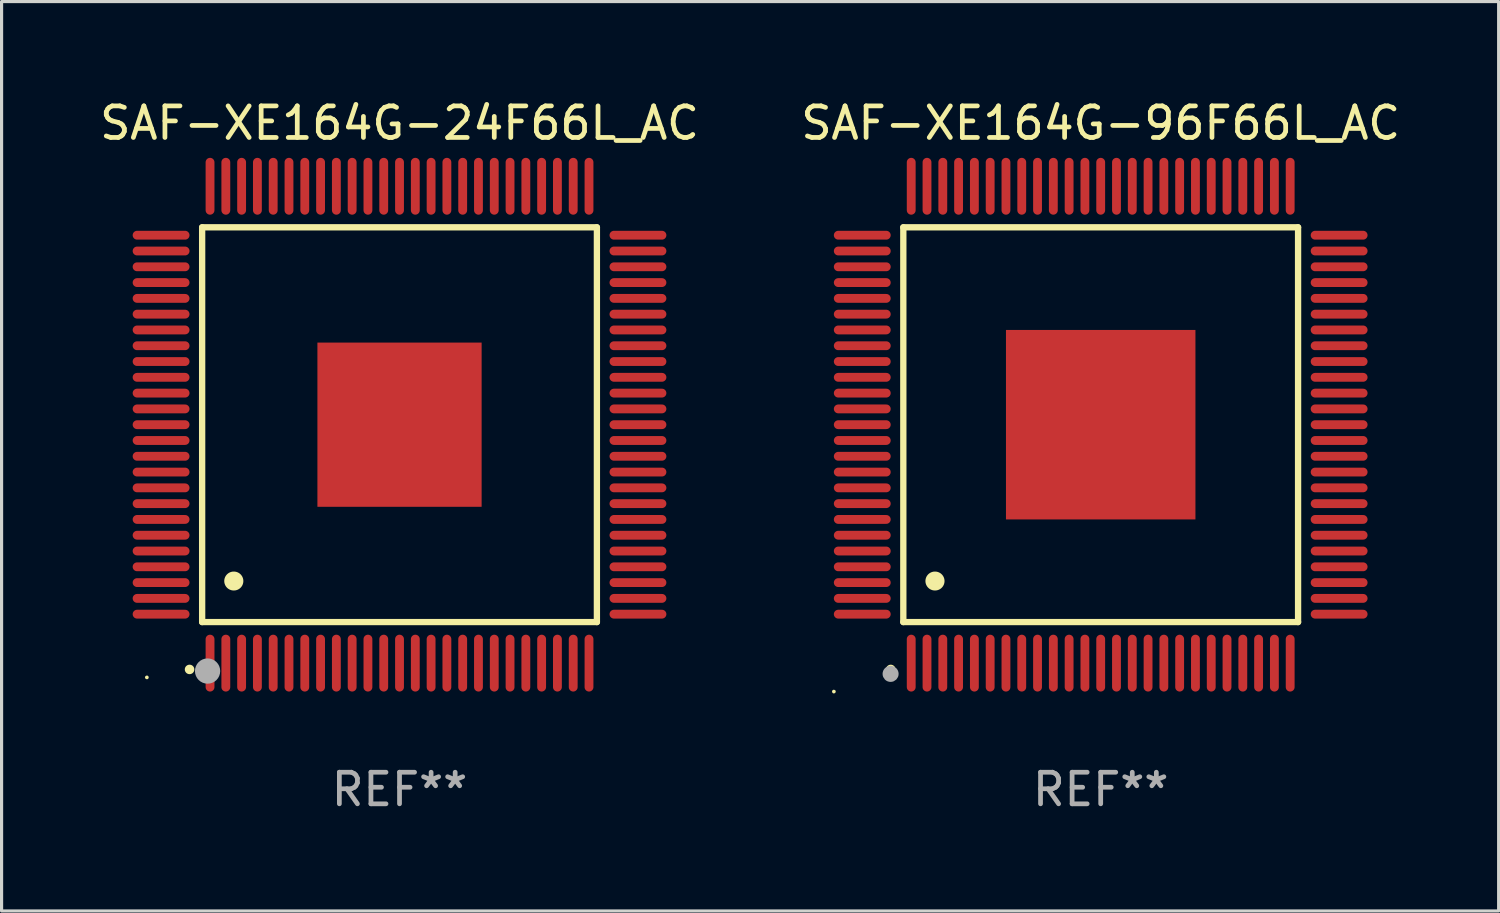
<source format=kicad_pcb>
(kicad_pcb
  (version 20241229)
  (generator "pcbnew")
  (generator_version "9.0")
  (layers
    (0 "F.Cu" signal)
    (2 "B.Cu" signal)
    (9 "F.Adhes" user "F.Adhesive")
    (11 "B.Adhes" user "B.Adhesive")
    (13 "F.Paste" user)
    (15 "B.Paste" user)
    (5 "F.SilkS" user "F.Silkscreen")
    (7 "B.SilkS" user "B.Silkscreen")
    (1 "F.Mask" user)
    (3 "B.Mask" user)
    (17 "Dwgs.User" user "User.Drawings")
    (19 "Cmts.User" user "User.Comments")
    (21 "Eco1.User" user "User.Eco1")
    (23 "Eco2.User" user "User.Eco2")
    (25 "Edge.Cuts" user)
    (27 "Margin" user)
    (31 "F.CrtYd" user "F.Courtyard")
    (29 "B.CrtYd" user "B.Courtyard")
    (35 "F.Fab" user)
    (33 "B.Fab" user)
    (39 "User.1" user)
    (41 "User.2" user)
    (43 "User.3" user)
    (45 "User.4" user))
  (footprint "SAF-XE164G-96F66L_AC"
    (layer "F.Cu")
    (at 31.804 10.398)
    (property "Reference" "SAF-XE164G-96F66L_AC" (at 0 -9.55 0) (layer "F.SilkS") (effects (font (size 1 1) (thickness 0.15))))
    (attr through_hole)
    (fp_line (start -6.25 -6.25) (end -6.25 6.25) (stroke (width 0.2) (type solid)) (layer "F.SilkS"))
    (fp_line (start -6.25 6.25) (end 6.25 6.25) (stroke (width 0.2) (type solid)) (layer "F.SilkS"))
    (fp_line (start 6.25 -6.25) (end -6.25 -6.25) (stroke (width 0.2) (type solid)) (layer "F.SilkS"))
    (fp_line (start 6.25 6.25) (end 6.25 -6.25) (stroke (width 0.2) (type solid)) (layer "F.SilkS"))
    (fp_arc (start -6.649733 7.749555) (mid -6.648463 7.74955) (end -6.647193 7.749555) (stroke (width 0.3) (type solid)) (layer "F.SilkS"))
    (fp_arc (start -5.250191 4.95047) (mid -5.247651 4.950459) (end -5.245111 4.95047) (stroke (width 0.6) (type solid)) (layer "F.SilkS"))
    (fp_circle (center -8.45 8.45) (end -8.42 8.45) (stroke (width 0.06) (type solid)) (fill no) (layer "F.SilkS"))
    (fp_circle (center -6.653 7.891) (end -6.526 7.891) (stroke (width 0.254) (type solid)) (fill no) (layer "F.Fab"))
    (fp_text user "REF**" (at 0 11.55 0) (layer "F.Fab") (effects (font (size 1 1) (thickness 0.15))))
    (pad "1" smd oval (at -6 7.55 180) (size 0.28 1.8) (layers "F.Cu" "F.Mask" "F.Paste"))
    (pad "2" smd oval (at -5.5 7.55 180) (size 0.28 1.8) (layers "F.Cu" "F.Mask" "F.Paste"))
    (pad "3" smd oval (at -5 7.55 180) (size 0.28 1.8) (layers "F.Cu" "F.Mask" "F.Paste"))
    (pad "4" smd oval (at -4.5 7.55 180) (size 0.28 1.8) (layers "F.Cu" "F.Mask" "F.Paste"))
    (pad "5" smd oval (at -4 7.55 180) (size 0.28 1.8) (layers "F.Cu" "F.Mask" "F.Paste"))
    (pad "6" smd oval (at -3.5 7.55 180) (size 0.28 1.8) (layers "F.Cu" "F.Mask" "F.Paste"))
    (pad "7" smd oval (at -3 7.55 180) (size 0.28 1.8) (layers "F.Cu" "F.Mask" "F.Paste"))
    (pad "8" smd oval (at -2.5 7.55 180) (size 0.28 1.8) (layers "F.Cu" "F.Mask" "F.Paste"))
    (pad "9" smd oval (at -2 7.55 180) (size 0.28 1.8) (layers "F.Cu" "F.Mask" "F.Paste"))
    (pad "10" smd oval (at -1.5 7.55 180) (size 0.28 1.8) (layers "F.Cu" "F.Mask" "F.Paste"))
    (pad "11" smd oval (at -1 7.55 180) (size 0.28 1.8) (layers "F.Cu" "F.Mask" "F.Paste"))
    (pad "12" smd oval (at -0.5 7.55 180) (size 0.28 1.8) (layers "F.Cu" "F.Mask" "F.Paste"))
    (pad "13" smd oval (at 0 7.55 180) (size 0.28 1.8) (layers "F.Cu" "F.Mask" "F.Paste"))
    (pad "14" smd oval (at 0.5 7.55 180) (size 0.28 1.8) (layers "F.Cu" "F.Mask" "F.Paste"))
    (pad "15" smd oval (at 1 7.55 180) (size 0.28 1.8) (layers "F.Cu" "F.Mask" "F.Paste"))
    (pad "16" smd oval (at 1.5 7.55 180) (size 0.28 1.8) (layers "F.Cu" "F.Mask" "F.Paste"))
    (pad "17" smd oval (at 2 7.55 180) (size 0.28 1.8) (layers "F.Cu" "F.Mask" "F.Paste"))
    (pad "18" smd oval (at 2.5 7.55 180) (size 0.28 1.8) (layers "F.Cu" "F.Mask" "F.Paste"))
    (pad "19" smd oval (at 3 7.55 180) (size 0.28 1.8) (layers "F.Cu" "F.Mask" "F.Paste"))
    (pad "20" smd oval (at 3.5 7.55 180) (size 0.28 1.8) (layers "F.Cu" "F.Mask" "F.Paste"))
    (pad "21" smd oval (at 4 7.55 180) (size 0.28 1.8) (layers "F.Cu" "F.Mask" "F.Paste"))
    (pad "22" smd oval (at 4.5 7.55 180) (size 0.28 1.8) (layers "F.Cu" "F.Mask" "F.Paste"))
    (pad "23" smd oval (at 5 7.55 180) (size 0.28 1.8) (layers "F.Cu" "F.Mask" "F.Paste"))
    (pad "24" smd oval (at 5.5 7.55 180) (size 0.28 1.8) (layers "F.Cu" "F.Mask" "F.Paste"))
    (pad "25" smd oval (at 6 7.55 180) (size 0.28 1.8) (layers "F.Cu" "F.Mask" "F.Paste"))
    (pad "26" smd oval (at 7.55 6 90) (size 0.28 1.8) (layers "F.Cu" "F.Mask" "F.Paste"))
    (pad "27" smd oval (at 7.55 5.5 90) (size 0.28 1.8) (layers "F.Cu" "F.Mask" "F.Paste"))
    (pad "28" smd oval (at 7.55 5 90) (size 0.28 1.8) (layers "F.Cu" "F.Mask" "F.Paste"))
    (pad "29" smd oval (at 7.55 4.5 90) (size 0.28 1.8) (layers "F.Cu" "F.Mask" "F.Paste"))
    (pad "30" smd oval (at 7.55 4 90) (size 0.28 1.8) (layers "F.Cu" "F.Mask" "F.Paste"))
    (pad "31" smd oval (at 7.55 3.5 90) (size 0.28 1.8) (layers "F.Cu" "F.Mask" "F.Paste"))
    (pad "32" smd oval (at 7.55 3 90) (size 0.28 1.8) (layers "F.Cu" "F.Mask" "F.Paste"))
    (pad "33" smd oval (at 7.55 2.5 90) (size 0.28 1.8) (layers "F.Cu" "F.Mask" "F.Paste"))
    (pad "34" smd oval (at 7.55 2 90) (size 0.28 1.8) (layers "F.Cu" "F.Mask" "F.Paste"))
    (pad "35" smd oval (at 7.55 1.5 90) (size 0.28 1.8) (layers "F.Cu" "F.Mask" "F.Paste"))
    (pad "36" smd oval (at 7.55 1 90) (size 0.28 1.8) (layers "F.Cu" "F.Mask" "F.Paste"))
    (pad "37" smd oval (at 7.55 0.5 90) (size 0.28 1.8) (layers "F.Cu" "F.Mask" "F.Paste"))
    (pad "38" smd oval (at 7.55 0 90) (size 0.28 1.8) (layers "F.Cu" "F.Mask" "F.Paste"))
    (pad "39" smd oval (at 7.55 -0.5 90) (size 0.28 1.8) (layers "F.Cu" "F.Mask" "F.Paste"))
    (pad "40" smd oval (at 7.55 -1 90) (size 0.28 1.8) (layers "F.Cu" "F.Mask" "F.Paste"))
    (pad "41" smd oval (at 7.55 -1.5 90) (size 0.28 1.8) (layers "F.Cu" "F.Mask" "F.Paste"))
    (pad "42" smd oval (at 7.55 -2 90) (size 0.28 1.8) (layers "F.Cu" "F.Mask" "F.Paste"))
    (pad "43" smd oval (at 7.55 -2.5 90) (size 0.28 1.8) (layers "F.Cu" "F.Mask" "F.Paste"))
    (pad "44" smd oval (at 7.55 -3 90) (size 0.28 1.8) (layers "F.Cu" "F.Mask" "F.Paste"))
    (pad "45" smd oval (at 7.55 -3.5 90) (size 0.28 1.8) (layers "F.Cu" "F.Mask" "F.Paste"))
    (pad "46" smd oval (at 7.55 -4 90) (size 0.28 1.8) (layers "F.Cu" "F.Mask" "F.Paste"))
    (pad "47" smd oval (at 7.55 -4.5 90) (size 0.28 1.8) (layers "F.Cu" "F.Mask" "F.Paste"))
    (pad "48" smd oval (at 7.55 -5 90) (size 0.28 1.8) (layers "F.Cu" "F.Mask" "F.Paste"))
    (pad "49" smd oval (at 7.55 -5.5 90) (size 0.28 1.8) (layers "F.Cu" "F.Mask" "F.Paste"))
    (pad "50" smd oval (at 7.55 -6 90) (size 0.28 1.8) (layers "F.Cu" "F.Mask" "F.Paste"))
    (pad "51" smd oval (at 6 -7.55 180) (size 0.28 1.8) (layers "F.Cu" "F.Mask" "F.Paste"))
    (pad "52" smd oval (at 5.5 -7.55 180) (size 0.28 1.8) (layers "F.Cu" "F.Mask" "F.Paste"))
    (pad "53" smd oval (at 5 -7.55 180) (size 0.28 1.8) (layers "F.Cu" "F.Mask" "F.Paste"))
    (pad "54" smd oval (at 4.5 -7.55 180) (size 0.28 1.8) (layers "F.Cu" "F.Mask" "F.Paste"))
    (pad "55" smd oval (at 4 -7.55 180) (size 0.28 1.8) (layers "F.Cu" "F.Mask" "F.Paste"))
    (pad "56" smd oval (at 3.5 -7.55 180) (size 0.28 1.8) (layers "F.Cu" "F.Mask" "F.Paste"))
    (pad "57" smd oval (at 3 -7.55 180) (size 0.28 1.8) (layers "F.Cu" "F.Mask" "F.Paste"))
    (pad "58" smd oval (at 2.5 -7.55 180) (size 0.28 1.8) (layers "F.Cu" "F.Mask" "F.Paste"))
    (pad "59" smd oval (at 2 -7.55 180) (size 0.28 1.8) (layers "F.Cu" "F.Mask" "F.Paste"))
    (pad "60" smd oval (at 1.5 -7.55 180) (size 0.28 1.8) (layers "F.Cu" "F.Mask" "F.Paste"))
    (pad "61" smd oval (at 1 -7.55 180) (size 0.28 1.8) (layers "F.Cu" "F.Mask" "F.Paste"))
    (pad "62" smd oval (at 0.5 -7.55 180) (size 0.28 1.8) (layers "F.Cu" "F.Mask" "F.Paste"))
    (pad "63" smd oval (at 0 -7.55 180) (size 0.28 1.8) (layers "F.Cu" "F.Mask" "F.Paste"))
    (pad "64" smd oval (at -0.5 -7.55 180) (size 0.28 1.8) (layers "F.Cu" "F.Mask" "F.Paste"))
    (pad "65" smd oval (at -1 -7.55 180) (size 0.28 1.8) (layers "F.Cu" "F.Mask" "F.Paste"))
    (pad "66" smd oval (at -1.5 -7.55 180) (size 0.28 1.8) (layers "F.Cu" "F.Mask" "F.Paste"))
    (pad "67" smd oval (at -2 -7.55 180) (size 0.28 1.8) (layers "F.Cu" "F.Mask" "F.Paste"))
    (pad "68" smd oval (at -2.5 -7.55 180) (size 0.28 1.8) (layers "F.Cu" "F.Mask" "F.Paste"))
    (pad "69" smd oval (at -3 -7.55 180) (size 0.28 1.8) (layers "F.Cu" "F.Mask" "F.Paste"))
    (pad "70" smd oval (at -3.5 -7.55 180) (size 0.28 1.8) (layers "F.Cu" "F.Mask" "F.Paste"))
    (pad "71" smd oval (at -4 -7.55 180) (size 0.28 1.8) (layers "F.Cu" "F.Mask" "F.Paste"))
    (pad "72" smd oval (at -4.5 -7.55 180) (size 0.28 1.8) (layers "F.Cu" "F.Mask" "F.Paste"))
    (pad "73" smd oval (at -5 -7.55 180) (size 0.28 1.8) (layers "F.Cu" "F.Mask" "F.Paste"))
    (pad "74" smd oval (at -5.5 -7.55 180) (size 0.28 1.8) (layers "F.Cu" "F.Mask" "F.Paste"))
    (pad "75" smd oval (at -6 -7.55 180) (size 0.28 1.8) (layers "F.Cu" "F.Mask" "F.Paste"))
    (pad "76" smd oval (at -7.55 -6 90) (size 0.28 1.8) (layers "F.Cu" "F.Mask" "F.Paste"))
    (pad "77" smd oval (at -7.55 -5.5 90) (size 0.28 1.8) (layers "F.Cu" "F.Mask" "F.Paste"))
    (pad "78" smd oval (at -7.55 -5 90) (size 0.28 1.8) (layers "F.Cu" "F.Mask" "F.Paste"))
    (pad "79" smd oval (at -7.55 -4.5 90) (size 0.28 1.8) (layers "F.Cu" "F.Mask" "F.Paste"))
    (pad "80" smd oval (at -7.55 -4 90) (size 0.28 1.8) (layers "F.Cu" "F.Mask" "F.Paste"))
    (pad "81" smd oval (at -7.55 -3.5 90) (size 0.28 1.8) (layers "F.Cu" "F.Mask" "F.Paste"))
    (pad "82" smd oval (at -7.55 -3 90) (size 0.28 1.8) (layers "F.Cu" "F.Mask" "F.Paste"))
    (pad "83" smd oval (at -7.55 -2.5 90) (size 0.28 1.8) (layers "F.Cu" "F.Mask" "F.Paste"))
    (pad "84" smd oval (at -7.55 -2 90) (size 0.28 1.8) (layers "F.Cu" "F.Mask" "F.Paste"))
    (pad "85" smd oval (at -7.55 -1.5 90) (size 0.28 1.8) (layers "F.Cu" "F.Mask" "F.Paste"))
    (pad "86" smd oval (at -7.55 -1 90) (size 0.28 1.8) (layers "F.Cu" "F.Mask" "F.Paste"))
    (pad "87" smd oval (at -7.55 -0.5 90) (size 0.28 1.8) (layers "F.Cu" "F.Mask" "F.Paste"))
    (pad "88" smd oval (at -7.55 0 90) (size 0.28 1.8) (layers "F.Cu" "F.Mask" "F.Paste"))
    (pad "89" smd oval (at -7.55 0.5 90) (size 0.28 1.8) (layers "F.Cu" "F.Mask" "F.Paste"))
    (pad "90" smd oval (at -7.55 1 90) (size 0.28 1.8) (layers "F.Cu" "F.Mask" "F.Paste"))
    (pad "91" smd oval (at -7.55 1.5 90) (size 0.28 1.8) (layers "F.Cu" "F.Mask" "F.Paste"))
    (pad "92" smd oval (at -7.55 2 90) (size 0.28 1.8) (layers "F.Cu" "F.Mask" "F.Paste"))
    (pad "93" smd oval (at -7.55 2.5 90) (size 0.28 1.8) (layers "F.Cu" "F.Mask" "F.Paste"))
    (pad "94" smd oval (at -7.55 3 90) (size 0.28 1.8) (layers "F.Cu" "F.Mask" "F.Paste"))
    (pad "95" smd oval (at -7.55 3.5 90) (size 0.28 1.8) (layers "F.Cu" "F.Mask" "F.Paste"))
    (pad "96" smd oval (at -7.55 4 90) (size 0.28 1.8) (layers "F.Cu" "F.Mask" "F.Paste"))
    (pad "97" smd oval (at -7.55 4.5 90) (size 0.28 1.8) (layers "F.Cu" "F.Mask" "F.Paste"))
    (pad "98" smd oval (at -7.55 5 90) (size 0.28 1.8) (layers "F.Cu" "F.Mask" "F.Paste"))
    (pad "99" smd oval (at -7.55 5.5 90) (size 0.28 1.8) (layers "F.Cu" "F.Mask" "F.Paste"))
    (pad "100" smd oval (at -7.55 6 90) (size 0.28 1.8) (layers "F.Cu" "F.Mask" "F.Paste"))
    (pad "101" smd rect (at 0 0) (size 6 6) (layers "F.Cu" "F.Mask" "F.Paste")))
  (footprint "SAF-XE164G-24F66L_AC"
    (layer "F.Cu")
    (at 9.601 10.398)
    (property "Reference" "SAF-XE164G-24F66L_AC" (at 0 -9.55 0) (layer "F.SilkS") (effects (font (size 1 1) (thickness 0.15))))
    (attr through_hole)
    (fp_line (start -6.25 -6.25) (end -6.25 6.25) (stroke (width 0.2) (type solid)) (layer "F.SilkS"))
    (fp_line (start -6.25 6.25) (end 6.25 6.25) (stroke (width 0.2) (type solid)) (layer "F.SilkS"))
    (fp_line (start 6.25 -6.25) (end -6.25 -6.25) (stroke (width 0.2) (type solid)) (layer "F.SilkS"))
    (fp_line (start 6.25 6.25) (end 6.25 -6.25) (stroke (width 0.2) (type solid)) (layer "F.SilkS"))
    (fp_arc (start -6.649733 7.749555) (mid -6.648463 7.74955) (end -6.647193 7.749555) (stroke (width 0.3) (type solid)) (layer "F.SilkS"))
    (fp_arc (start -5.250191 4.95047) (mid -5.247651 4.950459) (end -5.245111 4.95047) (stroke (width 0.6) (type solid)) (layer "F.SilkS"))
    (fp_circle (center -8.002 8.002) (end -7.972 8.002) (stroke (width 0.06) (type solid)) (fill no) (layer "F.SilkS"))
    (fp_circle (center -6.078 7.801) (end -5.878 7.801) (stroke (width 0.4) (type solid)) (fill no) (layer "F.Fab"))
    (fp_text user "REF**" (at 0 11.55 0) (layer "F.Fab") (effects (font (size 1 1) (thickness 0.15))))
    (pad "1" smd oval (at -6 7.55 180) (size 0.28 1.8) (layers "F.Cu" "F.Mask" "F.Paste"))
    (pad "2" smd oval (at -5.5 7.55 180) (size 0.28 1.8) (layers "F.Cu" "F.Mask" "F.Paste"))
    (pad "3" smd oval (at -5 7.55 180) (size 0.28 1.8) (layers "F.Cu" "F.Mask" "F.Paste"))
    (pad "4" smd oval (at -4.5 7.55 180) (size 0.28 1.8) (layers "F.Cu" "F.Mask" "F.Paste"))
    (pad "5" smd oval (at -4 7.55 180) (size 0.28 1.8) (layers "F.Cu" "F.Mask" "F.Paste"))
    (pad "6" smd oval (at -3.5 7.55 180) (size 0.28 1.8) (layers "F.Cu" "F.Mask" "F.Paste"))
    (pad "7" smd oval (at -3 7.55 180) (size 0.28 1.8) (layers "F.Cu" "F.Mask" "F.Paste"))
    (pad "8" smd oval (at -2.5 7.55 180) (size 0.28 1.8) (layers "F.Cu" "F.Mask" "F.Paste"))
    (pad "9" smd oval (at -2 7.55 180) (size 0.28 1.8) (layers "F.Cu" "F.Mask" "F.Paste"))
    (pad "10" smd oval (at -1.5 7.55 180) (size 0.28 1.8) (layers "F.Cu" "F.Mask" "F.Paste"))
    (pad "11" smd oval (at -1 7.55 180) (size 0.28 1.8) (layers "F.Cu" "F.Mask" "F.Paste"))
    (pad "12" smd oval (at -0.5 7.55 180) (size 0.28 1.8) (layers "F.Cu" "F.Mask" "F.Paste"))
    (pad "13" smd oval (at 0 7.55 180) (size 0.28 1.8) (layers "F.Cu" "F.Mask" "F.Paste"))
    (pad "14" smd oval (at 0.5 7.55 180) (size 0.28 1.8) (layers "F.Cu" "F.Mask" "F.Paste"))
    (pad "15" smd oval (at 1 7.55 180) (size 0.28 1.8) (layers "F.Cu" "F.Mask" "F.Paste"))
    (pad "16" smd oval (at 1.5 7.55 180) (size 0.28 1.8) (layers "F.Cu" "F.Mask" "F.Paste"))
    (pad "17" smd oval (at 2 7.55 180) (size 0.28 1.8) (layers "F.Cu" "F.Mask" "F.Paste"))
    (pad "18" smd oval (at 2.5 7.55 180) (size 0.28 1.8) (layers "F.Cu" "F.Mask" "F.Paste"))
    (pad "19" smd oval (at 3 7.55 180) (size 0.28 1.8) (layers "F.Cu" "F.Mask" "F.Paste"))
    (pad "20" smd oval (at 3.5 7.55 180) (size 0.28 1.8) (layers "F.Cu" "F.Mask" "F.Paste"))
    (pad "21" smd oval (at 4 7.55 180) (size 0.28 1.8) (layers "F.Cu" "F.Mask" "F.Paste"))
    (pad "22" smd oval (at 4.5 7.55 180) (size 0.28 1.8) (layers "F.Cu" "F.Mask" "F.Paste"))
    (pad "23" smd oval (at 5 7.55 180) (size 0.28 1.8) (layers "F.Cu" "F.Mask" "F.Paste"))
    (pad "24" smd oval (at 5.5 7.55 180) (size 0.28 1.8) (layers "F.Cu" "F.Mask" "F.Paste"))
    (pad "25" smd oval (at 6 7.55 180) (size 0.28 1.8) (layers "F.Cu" "F.Mask" "F.Paste"))
    (pad "26" smd oval (at 7.55 6 90) (size 0.28 1.8) (layers "F.Cu" "F.Mask" "F.Paste"))
    (pad "27" smd oval (at 7.55 5.5 90) (size 0.28 1.8) (layers "F.Cu" "F.Mask" "F.Paste"))
    (pad "28" smd oval (at 7.55 5 90) (size 0.28 1.8) (layers "F.Cu" "F.Mask" "F.Paste"))
    (pad "29" smd oval (at 7.55 4.5 90) (size 0.28 1.8) (layers "F.Cu" "F.Mask" "F.Paste"))
    (pad "30" smd oval (at 7.55 4 90) (size 0.28 1.8) (layers "F.Cu" "F.Mask" "F.Paste"))
    (pad "31" smd oval (at 7.55 3.5 90) (size 0.28 1.8) (layers "F.Cu" "F.Mask" "F.Paste"))
    (pad "32" smd oval (at 7.55 3 90) (size 0.28 1.8) (layers "F.Cu" "F.Mask" "F.Paste"))
    (pad "33" smd oval (at 7.55 2.5 90) (size 0.28 1.8) (layers "F.Cu" "F.Mask" "F.Paste"))
    (pad "34" smd oval (at 7.55 2 90) (size 0.28 1.8) (layers "F.Cu" "F.Mask" "F.Paste"))
    (pad "35" smd oval (at 7.55 1.5 90) (size 0.28 1.8) (layers "F.Cu" "F.Mask" "F.Paste"))
    (pad "36" smd oval (at 7.55 1 90) (size 0.28 1.8) (layers "F.Cu" "F.Mask" "F.Paste"))
    (pad "37" smd oval (at 7.55 0.5 90) (size 0.28 1.8) (layers "F.Cu" "F.Mask" "F.Paste"))
    (pad "38" smd oval (at 7.55 0 90) (size 0.28 1.8) (layers "F.Cu" "F.Mask" "F.Paste"))
    (pad "39" smd oval (at 7.55 -0.5 90) (size 0.28 1.8) (layers "F.Cu" "F.Mask" "F.Paste"))
    (pad "40" smd oval (at 7.55 -1 90) (size 0.28 1.8) (layers "F.Cu" "F.Mask" "F.Paste"))
    (pad "41" smd oval (at 7.55 -1.5 90) (size 0.28 1.8) (layers "F.Cu" "F.Mask" "F.Paste"))
    (pad "42" smd oval (at 7.55 -2 90) (size 0.28 1.8) (layers "F.Cu" "F.Mask" "F.Paste"))
    (pad "43" smd oval (at 7.55 -2.5 90) (size 0.28 1.8) (layers "F.Cu" "F.Mask" "F.Paste"))
    (pad "44" smd oval (at 7.55 -3 90) (size 0.28 1.8) (layers "F.Cu" "F.Mask" "F.Paste"))
    (pad "45" smd oval (at 7.55 -3.5 90) (size 0.28 1.8) (layers "F.Cu" "F.Mask" "F.Paste"))
    (pad "46" smd oval (at 7.55 -4 90) (size 0.28 1.8) (layers "F.Cu" "F.Mask" "F.Paste"))
    (pad "47" smd oval (at 7.55 -4.5 90) (size 0.28 1.8) (layers "F.Cu" "F.Mask" "F.Paste"))
    (pad "48" smd oval (at 7.55 -5 90) (size 0.28 1.8) (layers "F.Cu" "F.Mask" "F.Paste"))
    (pad "49" smd oval (at 7.55 -5.5 90) (size 0.28 1.8) (layers "F.Cu" "F.Mask" "F.Paste"))
    (pad "50" smd oval (at 7.55 -6 90) (size 0.28 1.8) (layers "F.Cu" "F.Mask" "F.Paste"))
    (pad "51" smd oval (at 6 -7.55 180) (size 0.28 1.8) (layers "F.Cu" "F.Mask" "F.Paste"))
    (pad "52" smd oval (at 5.5 -7.55 180) (size 0.28 1.8) (layers "F.Cu" "F.Mask" "F.Paste"))
    (pad "53" smd oval (at 5 -7.55 180) (size 0.28 1.8) (layers "F.Cu" "F.Mask" "F.Paste"))
    (pad "54" smd oval (at 4.5 -7.55 180) (size 0.28 1.8) (layers "F.Cu" "F.Mask" "F.Paste"))
    (pad "55" smd oval (at 4 -7.55 180) (size 0.28 1.8) (layers "F.Cu" "F.Mask" "F.Paste"))
    (pad "56" smd oval (at 3.5 -7.55 180) (size 0.28 1.8) (layers "F.Cu" "F.Mask" "F.Paste"))
    (pad "57" smd oval (at 3 -7.55 180) (size 0.28 1.8) (layers "F.Cu" "F.Mask" "F.Paste"))
    (pad "58" smd oval (at 2.5 -7.55 180) (size 0.28 1.8) (layers "F.Cu" "F.Mask" "F.Paste"))
    (pad "59" smd oval (at 2 -7.55 180) (size 0.28 1.8) (layers "F.Cu" "F.Mask" "F.Paste"))
    (pad "60" smd oval (at 1.5 -7.55 180) (size 0.28 1.8) (layers "F.Cu" "F.Mask" "F.Paste"))
    (pad "61" smd oval (at 1 -7.55 180) (size 0.28 1.8) (layers "F.Cu" "F.Mask" "F.Paste"))
    (pad "62" smd oval (at 0.5 -7.55 180) (size 0.28 1.8) (layers "F.Cu" "F.Mask" "F.Paste"))
    (pad "63" smd oval (at 0 -7.55 180) (size 0.28 1.8) (layers "F.Cu" "F.Mask" "F.Paste"))
    (pad "64" smd oval (at -0.5 -7.55 180) (size 0.28 1.8) (layers "F.Cu" "F.Mask" "F.Paste"))
    (pad "65" smd oval (at -1 -7.55 180) (size 0.28 1.8) (layers "F.Cu" "F.Mask" "F.Paste"))
    (pad "66" smd oval (at -1.5 -7.55 180) (size 0.28 1.8) (layers "F.Cu" "F.Mask" "F.Paste"))
    (pad "67" smd oval (at -2 -7.55 180) (size 0.28 1.8) (layers "F.Cu" "F.Mask" "F.Paste"))
    (pad "68" smd oval (at -2.5 -7.55 180) (size 0.28 1.8) (layers "F.Cu" "F.Mask" "F.Paste"))
    (pad "69" smd oval (at -3 -7.55 180) (size 0.28 1.8) (layers "F.Cu" "F.Mask" "F.Paste"))
    (pad "70" smd oval (at -3.5 -7.55 180) (size 0.28 1.8) (layers "F.Cu" "F.Mask" "F.Paste"))
    (pad "71" smd oval (at -4 -7.55 180) (size 0.28 1.8) (layers "F.Cu" "F.Mask" "F.Paste"))
    (pad "72" smd oval (at -4.5 -7.55 180) (size 0.28 1.8) (layers "F.Cu" "F.Mask" "F.Paste"))
    (pad "73" smd oval (at -5 -7.55 180) (size 0.28 1.8) (layers "F.Cu" "F.Mask" "F.Paste"))
    (pad "74" smd oval (at -5.5 -7.55 180) (size 0.28 1.8) (layers "F.Cu" "F.Mask" "F.Paste"))
    (pad "75" smd oval (at -6 -7.55 180) (size 0.28 1.8) (layers "F.Cu" "F.Mask" "F.Paste"))
    (pad "76" smd oval (at -7.55 -6 90) (size 0.28 1.8) (layers "F.Cu" "F.Mask" "F.Paste"))
    (pad "77" smd oval (at -7.55 -5.5 90) (size 0.28 1.8) (layers "F.Cu" "F.Mask" "F.Paste"))
    (pad "78" smd oval (at -7.55 -5 90) (size 0.28 1.8) (layers "F.Cu" "F.Mask" "F.Paste"))
    (pad "79" smd oval (at -7.55 -4.5 90) (size 0.28 1.8) (layers "F.Cu" "F.Mask" "F.Paste"))
    (pad "80" smd oval (at -7.55 -4 90) (size 0.28 1.8) (layers "F.Cu" "F.Mask" "F.Paste"))
    (pad "81" smd oval (at -7.55 -3.5 90) (size 0.28 1.8) (layers "F.Cu" "F.Mask" "F.Paste"))
    (pad "82" smd oval (at -7.55 -3 90) (size 0.28 1.8) (layers "F.Cu" "F.Mask" "F.Paste"))
    (pad "83" smd oval (at -7.55 -2.5 90) (size 0.28 1.8) (layers "F.Cu" "F.Mask" "F.Paste"))
    (pad "84" smd oval (at -7.55 -2 90) (size 0.28 1.8) (layers "F.Cu" "F.Mask" "F.Paste"))
    (pad "85" smd oval (at -7.55 -1.5 90) (size 0.28 1.8) (layers "F.Cu" "F.Mask" "F.Paste"))
    (pad "86" smd oval (at -7.55 -1 90) (size 0.28 1.8) (layers "F.Cu" "F.Mask" "F.Paste"))
    (pad "87" smd oval (at -7.55 -0.5 90) (size 0.28 1.8) (layers "F.Cu" "F.Mask" "F.Paste"))
    (pad "88" smd oval (at -7.55 0 90) (size 0.28 1.8) (layers "F.Cu" "F.Mask" "F.Paste"))
    (pad "89" smd oval (at -7.55 0.5 90) (size 0.28 1.8) (layers "F.Cu" "F.Mask" "F.Paste"))
    (pad "90" smd oval (at -7.55 1 90) (size 0.28 1.8) (layers "F.Cu" "F.Mask" "F.Paste"))
    (pad "91" smd oval (at -7.55 1.5 90) (size 0.28 1.8) (layers "F.Cu" "F.Mask" "F.Paste"))
    (pad "92" smd oval (at -7.55 2 90) (size 0.28 1.8) (layers "F.Cu" "F.Mask" "F.Paste"))
    (pad "93" smd oval (at -7.55 2.5 90) (size 0.28 1.8) (layers "F.Cu" "F.Mask" "F.Paste"))
    (pad "94" smd oval (at -7.55 3 90) (size 0.28 1.8) (layers "F.Cu" "F.Mask" "F.Paste"))
    (pad "95" smd oval (at -7.55 3.5 90) (size 0.28 1.8) (layers "F.Cu" "F.Mask" "F.Paste"))
    (pad "96" smd oval (at -7.55 4 90) (size 0.28 1.8) (layers "F.Cu" "F.Mask" "F.Paste"))
    (pad "97" smd oval (at -7.55 4.5 90) (size 0.28 1.8) (layers "F.Cu" "F.Mask" "F.Paste"))
    (pad "98" smd oval (at -7.55 5 90) (size 0.28 1.8) (layers "F.Cu" "F.Mask" "F.Paste"))
    (pad "99" smd oval (at -7.55 5.5 90) (size 0.28 1.8) (layers "F.Cu" "F.Mask" "F.Paste"))
    (pad "100" smd oval (at -7.55 6 90) (size 0.28 1.8) (layers "F.Cu" "F.Mask" "F.Paste"))
    (pad "101" smd rect (at 0 0) (size 5.2 5.2) (layers "F.Cu" "F.Mask" "F.Paste")))
  (gr_rect
    (start -3 -3)
    (end 44.405 25.796)
    (stroke (width 0.1) (type default))
    (fill no)
    (layer "Edge.Cuts")))
</source>
